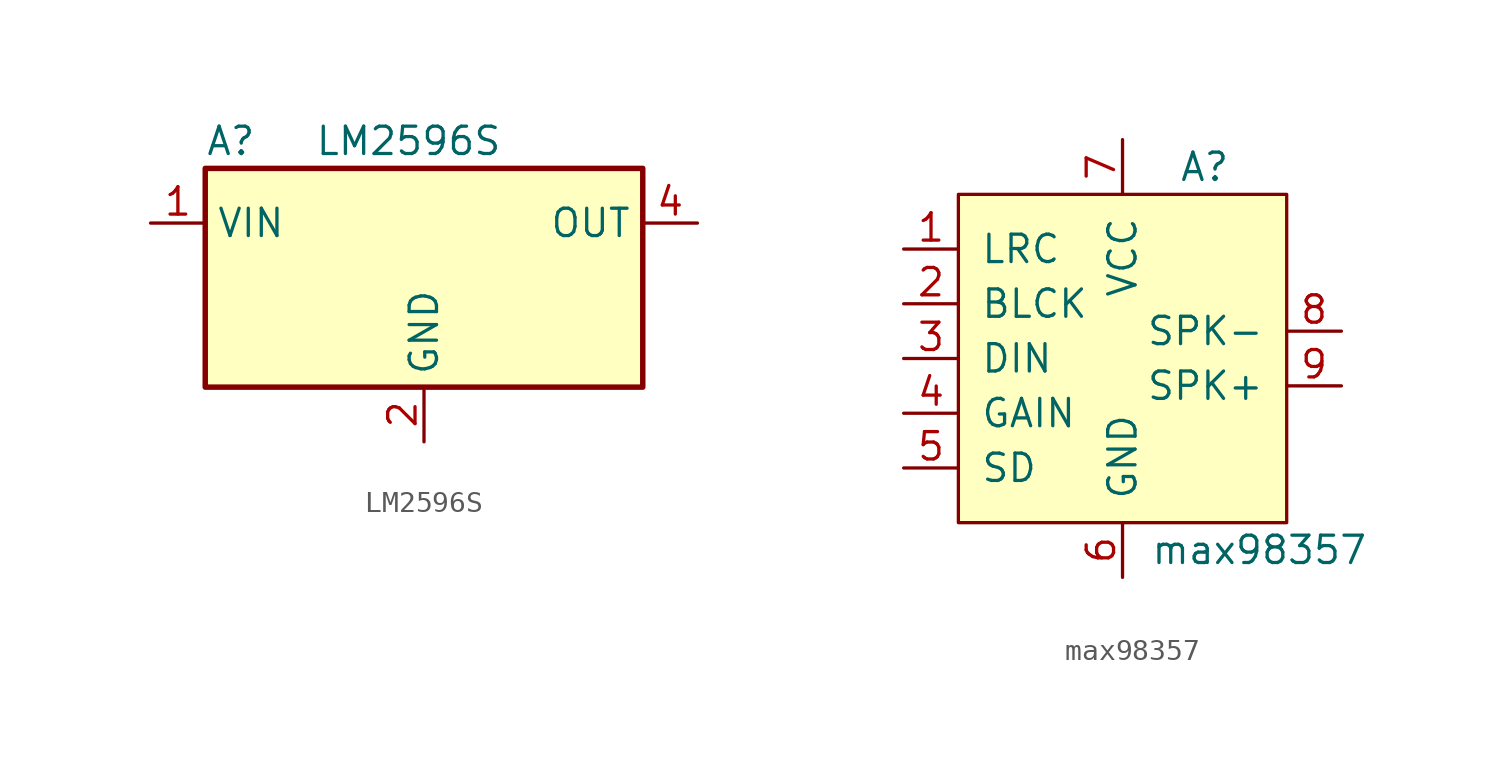
<source format=kicad_sym>
(kicad_symbol_lib
  (version 20231120)
  (generator "kicad_symbol_editor")
  (generator_version "8.0")
  (symbol "LM2596S"
    (property "Reference" "A"
      (at -10.16 6.35 0)
      (effects (font (size 1.27 1.27)) (justify left)))
    (property "Value" "LM2596S"
      (at -5.08 6.35 0)
      (effects (font (size 1.27 1.27)) (justify left)))
    (symbol "LM2596S_0_1"
      (rectangle (start -10.16 5.08) (end 10.16 -5.08) (stroke (width 0.254) (type default)) (fill (type background))))
    (symbol "LM2596S_1_1"
      (pin power_in line (at -12.7 2.54 0) (length 2.54) (name "VIN" (effects (font (size 1.27 1.27)))) (number "1" (effects (font (size 1.27 1.27)))))
      (pin power_in line (at 0 -7.62 90) (length 2.54) (name "GND" (effects (font (size 1.27 1.27)))) (number "2" (effects (font (size 1.27 1.27)))))
      (pin passive line (at 0 -7.62 90) (length 2.54) hide (name "GND" (effects (font (size 1.27 1.27)))) (number "3" (effects (font (size 1.27 1.27)))))
      (pin power_out line (at 12.7 2.54 180) (length 2.54) (name "OUT" (effects (font (size 1.27 1.27)))) (number "4" (effects (font (size 1.27 1.27)))))))
  (symbol "max98357"
    (pin_names
      (offset 1.016))
    (property "Reference" "A"
      (at 3.81 8.89 0)
      (effects (font (size 1.27 1.27))))
    (property "Value" "max98357"
      (at 6.35 -8.89 0)
      (effects (font (size 1.27 1.27))))
    (symbol "max98357_0_1"
      (rectangle (start -7.62 7.62) (end 7.62 -7.62) (stroke (width 0) (type default)) (fill (type background))))
    (symbol "max98357_1_1"
      (pin input line (at -10.16 5.08 0) (length 2.54) (name "LRC" (effects (font (size 1.27 1.27)))) (number "1" (effects (font (size 1.27 1.27)))))
      (pin input line (at -10.16 2.54 0) (length 2.54) (name "BLCK" (effects (font (size 1.27 1.27)))) (number "2" (effects (font (size 1.27 1.27)))))
      (pin input line (at -10.16 0 0) (length 2.54) (name "DIN" (effects (font (size 1.27 1.27)))) (number "3" (effects (font (size 1.27 1.27)))))
      (pin input line (at -10.16 -2.54 0) (length 2.54) (name "GAIN" (effects (font (size 1.27 1.27)))) (number "4" (effects (font (size 1.27 1.27)))))
      (pin input line (at -10.16 -5.08 0) (length 2.54) (name "SD" (effects (font (size 1.27 1.27)))) (number "5" (effects (font (size 1.27 1.27)))))
      (pin power_in line (at 0 -10.16 90) (length 2.54) (name "GND" (effects (font (size 1.27 1.27)))) (number "6" (effects (font (size 1.27 1.27)))))
      (pin power_in line (at 0 10.16 270) (length 2.54) (name "VCC" (effects (font (size 1.27 1.27)))) (number "7" (effects (font (size 1.27 1.27)))))
      (pin power_out line (at 10.16 1.27 180) (length 2.54) (name "SPK-" (effects (font (size 1.27 1.27)))) (number "8" (effects (font (size 1.27 1.27)))))
      (pin power_out line (at 10.16 -1.27 180) (length 2.54) (name "SPK+" (effects (font (size 1.27 1.27)))) (number "9" (effects (font (size 1.27 1.27))))))))
</source>
